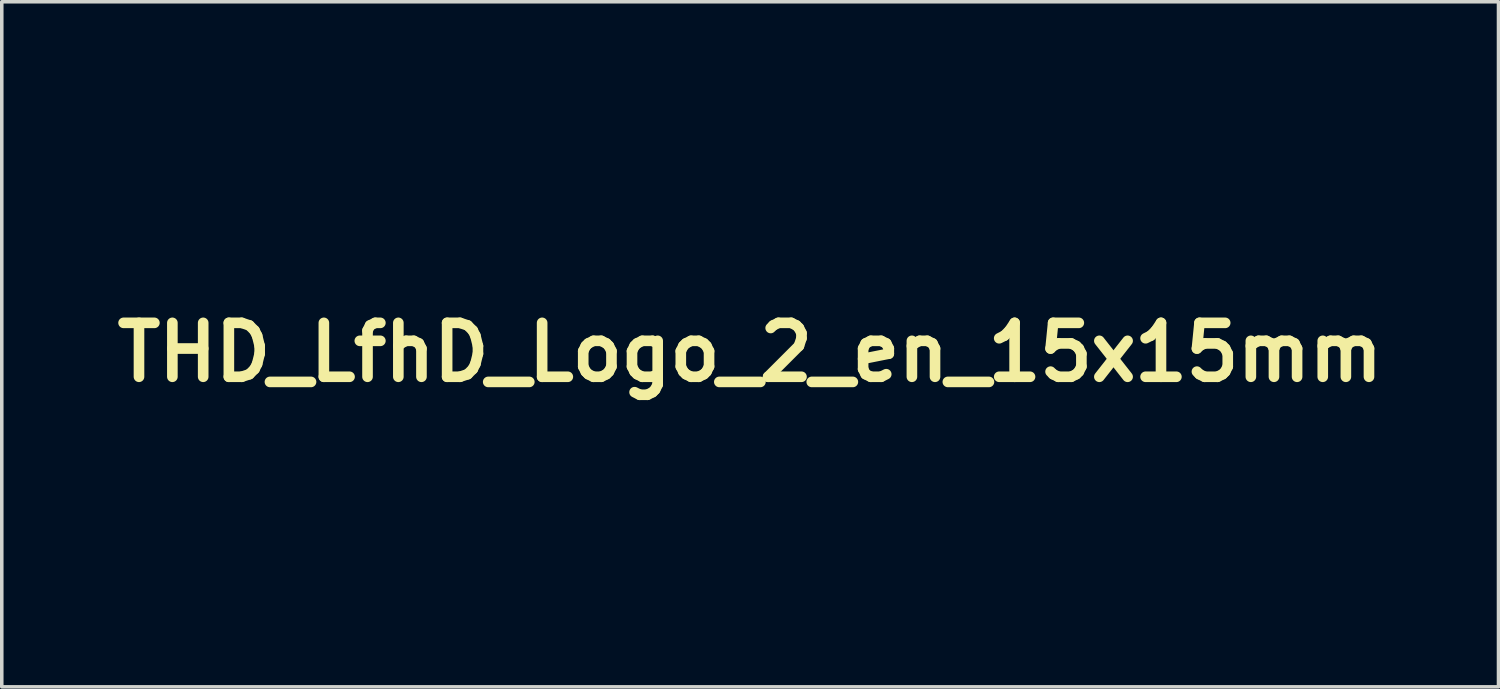
<source format=kicad_pcb>
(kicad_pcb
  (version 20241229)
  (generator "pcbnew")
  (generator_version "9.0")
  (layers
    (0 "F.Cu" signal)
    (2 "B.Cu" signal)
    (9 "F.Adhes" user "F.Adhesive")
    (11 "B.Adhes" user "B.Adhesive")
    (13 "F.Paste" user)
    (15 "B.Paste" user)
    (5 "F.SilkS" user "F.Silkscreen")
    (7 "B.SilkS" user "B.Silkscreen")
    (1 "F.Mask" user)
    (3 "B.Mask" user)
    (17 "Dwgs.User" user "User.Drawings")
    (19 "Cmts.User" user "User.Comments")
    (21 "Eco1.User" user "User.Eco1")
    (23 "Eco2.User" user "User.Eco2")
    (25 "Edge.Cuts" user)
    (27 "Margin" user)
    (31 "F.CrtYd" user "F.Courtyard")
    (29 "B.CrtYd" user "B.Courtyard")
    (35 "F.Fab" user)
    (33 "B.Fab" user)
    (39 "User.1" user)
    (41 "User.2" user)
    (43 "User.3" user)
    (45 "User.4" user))
  (footprint "THD_LfhD_Logo_2_en_15x15mm"
    (layer "F.Cu")
    (at 18.15 6.909)
    (property "Reference" "THD_LfhD_Logo_2_en_15x15mm" (at 0 0 0) (layer "F.SilkS") (effects (font (size 1.524 1.524) (thickness 0.3))))
    (attr through_hole)
    (fp_poly (pts (xy 3.606 -6.872) (xy 3.606 -1.429) (xy 2.086 -1.404) (xy 2.086 -6.896) (xy 3.606 -6.872)) (stroke (width 0.01) (type solid)) (fill yes) (layer "F.Mask"))
    (fp_poly (pts (xy 0.431 5.284) (xy 0.444 5.862) (xy 0.456 6.441) (xy 0.181 6.441) (xy 0.181 5.255) (xy 0.431 5.284)) (stroke (width 0.01) (type solid)) (fill yes) (layer "F.Mask"))
    (fp_poly (pts (xy -4.91 5.27) (xy -4.785 5.284) (xy -4.785 6.418) (xy -4.91 6.432) (xy -5.035 6.447) (xy -5.035 5.255) (xy -4.91 5.27)) (stroke (width 0.01) (type solid)) (fill yes) (layer "F.Mask"))
    (fp_poly (pts (xy -3.11 5.284) (xy -3.071 5.322) (xy -3.062 5.39) (xy -3.056 5.527) (xy -3.054 5.714) (xy -3.055 5.9) (xy -3.062 6.418) (xy -3.311 6.447) (xy -3.311 5.261) (xy -3.203 5.261) (xy -3.11 5.284)) (stroke (width 0.01) (type solid)) (fill yes) (layer "F.Mask"))
    (fp_poly (pts (xy -0.605 5.264) (xy -0.573 5.285) (xy -0.555 5.338) (xy -0.546 5.443) (xy -0.544 5.613) (xy -0.544 5.715) (xy -0.544 6.169) (xy 0.045 6.169) (xy 0.045 6.441) (xy -0.374 6.441) (xy -0.794 6.441) (xy -0.766 5.261) (xy -0.655 5.261) (xy -0.605 5.264)) (stroke (width 0.01) (type solid)) (fill yes) (layer "F.Mask"))
    (fp_poly (pts (xy -1.905 5.397) (xy -1.912 5.485) (xy -1.951 5.524) (xy -2.047 5.533) (xy -2.086 5.534) (xy -2.268 5.534) (xy -2.268 6.441) (xy -2.495 6.441) (xy -2.495 5.534) (xy -2.676 5.534) (xy -2.792 5.528) (xy -2.844 5.499) (xy -2.857 5.427) (xy -2.857 5.397) (xy -2.857 5.261) (xy -1.905 5.261) (xy -1.905 5.397)) (stroke (width 0.01) (type solid)) (fill yes) (layer "F.Mask"))
    (fp_poly (pts (xy 1.678 3.402) (xy 1.671 3.489) (xy 1.632 3.528) (xy 1.536 3.538) (xy 1.497 3.538) (xy 1.315 3.538) (xy 1.315 4.445) (xy 1.089 4.445) (xy 1.089 3.538) (xy 0.907 3.538) (xy 0.791 3.532) (xy 0.739 3.503) (xy 0.726 3.431) (xy 0.726 3.402) (xy 0.726 3.266) (xy 1.678 3.266) (xy 1.678 3.402)) (stroke (width 0.01) (type solid)) (fill yes) (layer "F.Mask"))
    (fp_poly (pts (xy 2.359 -0.499) (xy 2.351 -0.412) (xy 2.313 -0.373) (xy 2.216 -0.363) (xy 2.177 -0.363) (xy 1.996 -0.363) (xy 1.996 0.544) (xy 1.769 0.544) (xy 1.769 -0.363) (xy 1.587 -0.363) (xy 1.471 -0.368) (xy 1.419 -0.397) (xy 1.406 -0.47) (xy 1.406 -0.499) (xy 1.406 -0.635) (xy 2.359 -0.635) (xy 2.359 -0.499)) (stroke (width 0.01) (type solid)) (fill yes) (layer "F.Mask"))
    (fp_poly (pts (xy -0.635 -1.451) (xy -1.399 -1.451) (xy -1.653 -1.453) (xy -1.875 -1.458) (xy -2.049 -1.465) (xy -2.16 -1.474) (xy -2.192 -1.482) (xy -2.198 -1.532) (xy -2.204 -1.664) (xy -2.209 -1.869) (xy -2.213 -2.139) (xy -2.217 -2.465) (xy -2.22 -2.839) (xy -2.222 -3.251) (xy -2.222 -3.693) (xy -2.223 -3.818) (xy -2.223 -6.123) (xy -0.635 -6.123) (xy -0.635 -1.451)) (stroke (width 0.01) (type solid)) (fill yes) (layer "F.Mask"))
    (fp_poly (pts (xy 1.667 -4.139) (xy 1.656 -1.383) (xy 1.485 -1.369) (xy 1.351 -1.375) (xy 1.292 -1.415) (xy 1.286 -1.474) (xy 1.28 -1.612) (xy 1.273 -1.816) (xy 1.268 -2.073) (xy 1.263 -2.371) (xy 1.259 -2.697) (xy 1.259 -2.699) (xy 1.247 -3.923) (xy -0.249 -3.933) (xy -0.263 -4.144) (xy -0.277 -4.354) (xy 1.27 -4.354) (xy 1.27 -6.894) (xy 1.474 -6.894) (xy 1.679 -6.894) (xy 1.667 -4.139)) (stroke (width 0.01) (type solid)) (fill yes) (layer "F.Mask"))
    (fp_poly (pts (xy 3.674 5.397) (xy 3.667 5.485) (xy 3.628 5.524) (xy 3.531 5.533) (xy 3.493 5.534) (xy 3.311 5.534) (xy 3.311 6.441) (xy 3.039 6.441) (xy 3.039 5.534) (xy 2.883 5.534) (xy 2.747 5.516) (xy 2.689 5.457) (xy 2.699 5.352) (xy 2.719 5.311) (xy 2.76 5.285) (xy 2.84 5.27) (xy 2.974 5.263) (xy 3.181 5.261) (xy 3.201 5.261) (xy 3.674 5.261) (xy 3.674 5.397)) (stroke (width 0.01) (type solid)) (fill yes) (layer "F.Mask"))
    (fp_poly (pts (xy 5.567 5.27) (xy 5.64 5.293) (xy 5.712 5.353) (xy 5.798 5.467) (xy 5.896 5.621) (xy 6.101 5.958) (xy 6.114 5.61) (xy 6.127 5.261) (xy 6.395 5.261) (xy 6.395 6.446) (xy 6.251 6.432) (xy 6.174 6.416) (xy 6.107 6.373) (xy 6.034 6.287) (xy 5.939 6.143) (xy 5.899 6.078) (xy 5.692 5.738) (xy 5.679 6.089) (xy 5.671 6.266) (xy 5.658 6.37) (xy 5.635 6.422) (xy 5.594 6.439) (xy 5.554 6.441) (xy 5.443 6.441) (xy 5.443 5.255) (xy 5.567 5.27)) (stroke (width 0.01) (type solid)) (fill yes) (layer "F.Mask"))
    (fp_poly (pts (xy 3.883 5.264) (xy 3.912 5.281) (xy 3.931 5.327) (xy 3.941 5.417) (xy 3.945 5.564) (xy 3.946 5.785) (xy 3.946 5.851) (xy 3.946 6.091) (xy 3.942 6.256) (xy 3.934 6.358) (xy 3.918 6.413) (xy 3.891 6.436) (xy 3.851 6.441) (xy 3.84 6.441) (xy 3.745 6.429) (xy 3.704 6.41) (xy 3.688 6.35) (xy 3.678 6.221) (xy 3.675 6.047) (xy 3.679 5.85) (xy 3.689 5.653) (xy 3.703 5.5) (xy 3.725 5.36) (xy 3.753 5.289) (xy 3.802 5.264) (xy 3.839 5.261) (xy 3.883 5.264)) (stroke (width 0.01) (type solid)) (fill yes) (layer "F.Mask"))
    (fp_poly (pts (xy 3.415 3.284) (xy 3.601 3.345) (xy 3.723 3.457) (xy 3.789 3.631) (xy 3.81 3.875) (xy 3.81 3.888) (xy 3.787 4.112) (xy 3.712 4.272) (xy 3.578 4.376) (xy 3.375 4.431) (xy 3.164 4.443) (xy 2.812 4.445) (xy 2.812 3.538) (xy 3.084 3.538) (xy 3.084 4.173) (xy 3.251 4.173) (xy 3.386 4.153) (xy 3.493 4.104) (xy 3.5 4.098) (xy 3.564 3.987) (xy 3.581 3.839) (xy 3.552 3.694) (xy 3.508 3.621) (xy 3.391 3.555) (xy 3.259 3.538) (xy 3.084 3.538) (xy 2.812 3.538) (xy 2.812 3.266) (xy 3.154 3.266) (xy 3.415 3.284)) (stroke (width 0.01) (type solid)) (fill yes) (layer "F.Mask"))
    (fp_poly (pts (xy -4.037 -3.765) (xy -4.037 -3.22) (xy -4.039 -2.76) (xy -4.041 -2.379) (xy -4.045 -2.071) (xy -4.05 -1.829) (xy -4.057 -1.647) (xy -4.065 -1.521) (xy -4.075 -1.442) (xy -4.087 -1.406) (xy -4.093 -1.402) (xy -4.196 -1.398) (xy -4.357 -1.395) (xy -4.56 -1.393) (xy -4.785 -1.391) (xy -5.013 -1.391) (xy -5.226 -1.391) (xy -5.404 -1.393) (xy -5.528 -1.395) (xy -5.579 -1.399) (xy -5.59 -1.448) (xy -5.6 -1.585) (xy -5.608 -1.81) (xy -5.615 -2.12) (xy -5.619 -2.513) (xy -5.623 -2.987) (xy -5.624 -3.54) (xy -5.624 -3.768) (xy -5.624 -6.123) (xy -4.037 -6.123) (xy -4.037 -3.765)) (stroke (width 0.01) (type solid)) (fill yes) (layer "F.Mask"))
    (fp_poly (pts (xy -1.826 1.369) (xy -1.701 1.383) (xy -1.692 1.962) (xy -1.683 2.54) (xy -1.817 2.54) (xy -1.896 2.535) (xy -1.935 2.504) (xy -1.949 2.424) (xy -1.95 2.313) (xy -1.95 2.086) (xy -2.404 2.086) (xy -2.404 2.313) (xy -2.407 2.447) (xy -2.425 2.514) (xy -2.473 2.537) (xy -2.541 2.54) (xy -2.679 2.54) (xy -2.666 1.962) (xy -2.653 1.383) (xy -2.529 1.369) (xy -2.455 1.366) (xy -2.418 1.392) (xy -2.405 1.47) (xy -2.404 1.584) (xy -2.404 1.814) (xy -1.95 1.814) (xy -1.95 1.584) (xy -1.948 1.449) (xy -1.931 1.383) (xy -1.888 1.365) (xy -1.826 1.369)) (stroke (width 0.01) (type solid)) (fill yes) (layer "F.Mask"))
    (fp_poly (pts (xy -1.542 3.538) (xy -1.86 3.538) (xy -2.026 3.54) (xy -2.122 3.551) (xy -2.166 3.577) (xy -2.177 3.621) (xy -2.177 3.629) (xy -2.168 3.678) (xy -2.127 3.705) (xy -2.034 3.717) (xy -1.882 3.719) (xy -1.587 3.719) (xy -1.587 3.991) (xy -1.882 3.991) (xy -2.042 3.994) (xy -2.131 4.007) (xy -2.169 4.035) (xy -2.177 4.082) (xy -2.169 4.129) (xy -2.132 4.156) (xy -2.048 4.169) (xy -1.898 4.173) (xy -1.837 4.173) (xy -1.497 4.173) (xy -1.497 4.445) (xy -1.962 4.445) (xy -2.427 4.445) (xy -2.417 3.867) (xy -2.408 3.288) (xy -1.975 3.275) (xy -1.542 3.262) (xy -1.542 3.538)) (stroke (width 0.01) (type solid)) (fill yes) (layer "F.Mask"))
    (fp_poly (pts (xy -0.635 -6.441) (xy -3.266 -6.441) (xy -3.266 -3.946) (xy -3.266 -3.385) (xy -3.267 -2.909) (xy -3.27 -2.512) (xy -3.273 -2.188) (xy -3.278 -1.931) (xy -3.284 -1.736) (xy -3.292 -1.596) (xy -3.302 -1.505) (xy -3.313 -1.458) (xy -3.322 -1.448) (xy -3.406 -1.441) (xy -3.52 -1.427) (xy -3.627 -1.422) (xy -3.69 -1.437) (xy -3.69 -1.437) (xy -3.696 -1.487) (xy -3.701 -1.619) (xy -3.705 -1.825) (xy -3.71 -2.097) (xy -3.713 -2.426) (xy -3.716 -2.804) (xy -3.718 -3.223) (xy -3.719 -3.674) (xy -3.719 -3.954) (xy -3.719 -6.441) (xy -6.35 -6.441) (xy -6.35 -6.894) (xy -0.635 -6.894) (xy -0.635 -6.441)) (stroke (width 0.01) (type solid)) (fill yes) (layer "F.Mask"))
    (fp_poly (pts (xy -5.862 5.263) (xy -5.656 5.269) (xy -5.516 5.294) (xy -5.416 5.345) (xy -5.331 5.434) (xy -5.293 5.487) (xy -5.239 5.626) (xy -5.217 5.813) (xy -5.228 6.008) (xy -5.272 6.176) (xy -5.292 6.214) (xy -5.379 6.325) (xy -5.498 6.394) (xy -5.667 6.431) (xy -5.899 6.441) (xy -6.214 6.441) (xy -6.214 5.534) (xy -5.942 5.534) (xy -5.942 6.169) (xy -5.775 6.169) (xy -5.64 6.149) (xy -5.533 6.1) (xy -5.526 6.094) (xy -5.462 5.983) (xy -5.445 5.835) (xy -5.474 5.69) (xy -5.518 5.617) (xy -5.635 5.55) (xy -5.767 5.534) (xy -5.942 5.534) (xy -6.214 5.534) (xy -6.214 5.261) (xy -5.862 5.263)) (stroke (width 0.01) (type solid)) (fill yes) (layer "F.Mask"))
    (fp_poly (pts (xy -5.76 1.495) (xy -5.765 1.57) (xy -5.793 1.611) (xy -5.867 1.631) (xy -6.009 1.641) (xy -6.021 1.642) (xy -6.176 1.656) (xy -6.261 1.682) (xy -6.295 1.728) (xy -6.296 1.735) (xy -6.292 1.781) (xy -6.246 1.805) (xy -6.137 1.814) (xy -6.059 1.814) (xy -5.915 1.816) (xy -5.839 1.831) (xy -5.81 1.87) (xy -5.806 1.945) (xy -5.806 1.95) (xy -5.81 2.028) (xy -5.837 2.069) (xy -5.91 2.084) (xy -6.051 2.086) (xy -6.305 2.086) (xy -6.305 2.313) (xy -6.308 2.447) (xy -6.326 2.514) (xy -6.374 2.537) (xy -6.441 2.54) (xy -6.577 2.54) (xy -6.577 1.361) (xy -5.76 1.361) (xy -5.76 1.495)) (stroke (width 0.01) (type solid)) (fill yes) (layer "F.Mask"))
    (fp_poly (pts (xy 1.429 1.368) (xy 1.583 1.395) (xy 1.688 1.449) (xy 1.764 1.539) (xy 1.791 1.587) (xy 1.836 1.731) (xy 1.857 1.918) (xy 1.852 2.107) (xy 1.82 2.258) (xy 1.809 2.282) (xy 1.727 2.405) (xy 1.62 2.483) (xy 1.467 2.525) (xy 1.249 2.539) (xy 1.213 2.539) (xy 0.862 2.54) (xy 0.862 1.633) (xy 1.134 1.633) (xy 1.134 2.268) (xy 1.336 2.268) (xy 1.479 2.256) (xy 1.56 2.216) (xy 1.586 2.18) (xy 1.627 2.036) (xy 1.624 1.875) (xy 1.577 1.741) (xy 1.558 1.716) (xy 1.441 1.65) (xy 1.308 1.633) (xy 1.134 1.633) (xy 0.862 1.633) (xy 0.862 1.361) (xy 1.205 1.361) (xy 1.429 1.368)) (stroke (width 0.01) (type solid)) (fill yes) (layer "F.Mask"))
    (fp_poly (pts (xy 2.631 3.534) (xy 2.302 3.547) (xy 2.124 3.559) (xy 2.021 3.578) (xy 1.978 3.608) (xy 1.973 3.629) (xy 1.995 3.668) (xy 2.071 3.692) (xy 2.217 3.707) (xy 2.279 3.71) (xy 2.441 3.719) (xy 2.533 3.733) (xy 2.574 3.763) (xy 2.585 3.817) (xy 2.585 3.855) (xy 2.582 3.925) (xy 2.558 3.966) (xy 2.493 3.986) (xy 2.367 3.997) (xy 2.279 4.001) (xy 2.108 4.013) (xy 2.012 4.034) (xy 1.975 4.068) (xy 1.973 4.082) (xy 1.994 4.12) (xy 2.066 4.144) (xy 2.205 4.159) (xy 2.302 4.164) (xy 2.631 4.177) (xy 2.631 4.445) (xy 1.724 4.445) (xy 1.724 3.266) (xy 2.631 3.266) (xy 2.631 3.534)) (stroke (width 0.01) (type solid)) (fill yes) (layer "F.Mask"))
    (fp_poly (pts (xy 6.758 1.633) (xy 6.441 1.633) (xy 6.274 1.635) (xy 6.178 1.646) (xy 6.135 1.672) (xy 6.123 1.716) (xy 6.123 1.724) (xy 6.132 1.773) (xy 6.173 1.8) (xy 6.266 1.812) (xy 6.418 1.814) (xy 6.713 1.814) (xy 6.713 2.086) (xy 6.418 2.086) (xy 6.258 2.089) (xy 6.17 2.102) (xy 6.131 2.13) (xy 6.123 2.177) (xy 6.132 2.225) (xy 6.171 2.252) (xy 6.26 2.265) (xy 6.419 2.268) (xy 6.435 2.268) (xy 6.6 2.27) (xy 6.696 2.281) (xy 6.744 2.309) (xy 6.765 2.359) (xy 6.769 2.38) (xy 6.777 2.474) (xy 6.767 2.516) (xy 6.714 2.526) (xy 6.591 2.534) (xy 6.42 2.539) (xy 6.297 2.54) (xy 5.851 2.54) (xy 5.851 1.361) (xy 6.758 1.361) (xy 6.758 1.633)) (stroke (width 0.01) (type solid)) (fill yes) (layer "F.Mask"))
    (fp_poly (pts (xy -1.427 -0.619) (xy -1.258 -0.541) (xy -1.12 -0.403) (xy -1.042 -0.247) (xy -1.007 -0.018) (xy -1.049 0.191) (xy -1.157 0.364) (xy -1.322 0.486) (xy -1.532 0.542) (xy -1.584 0.544) (xy -1.742 0.532) (xy -1.856 0.485) (xy -1.943 0.415) (xy -2.062 0.271) (xy -2.12 0.104) (xy -2.124 -0.045) (xy -1.905 -0.045) (xy -1.867 0.108) (xy -1.767 0.215) (xy -1.629 0.267) (xy -1.473 0.253) (xy -1.371 0.202) (xy -1.293 0.108) (xy -1.27 -0.033) (xy -1.303 -0.208) (xy -1.398 -0.319) (xy -1.552 -0.362) (xy -1.572 -0.363) (xy -1.736 -0.325) (xy -1.853 -0.221) (xy -1.904 -0.07) (xy -1.905 -0.045) (xy -2.124 -0.045) (xy -2.125 -0.11) (xy -2.119 -0.172) (xy -2.059 -0.37) (xy -1.943 -0.514) (xy -1.787 -0.605) (xy -1.609 -0.64) (xy -1.427 -0.619)) (stroke (width 0.01) (type solid)) (fill yes) (layer "F.Mask"))
    (fp_poly (pts (xy 3.122 -0.595) (xy 3.296 -0.486) (xy 3.416 -0.321) (xy 3.471 -0.115) (xy 3.452 0.118) (xy 3.448 0.133) (xy 3.352 0.336) (xy 3.195 0.473) (xy 2.987 0.539) (xy 2.903 0.544) (xy 2.733 0.529) (xy 2.604 0.473) (xy 2.544 0.428) (xy 2.407 0.256) (xy 2.34 0.043) (xy 2.343 -0.023) (xy 2.59 -0.023) (xy 2.63 0.128) (xy 2.656 0.171) (xy 2.761 0.251) (xy 2.903 0.273) (xy 3.047 0.239) (xy 3.13 0.181) (xy 3.202 0.053) (xy 3.216 -0.103) (xy 3.171 -0.245) (xy 3.145 -0.28) (xy 3.035 -0.343) (xy 2.887 -0.361) (xy 2.742 -0.332) (xy 2.668 -0.288) (xy 2.603 -0.174) (xy 2.59 -0.023) (xy 2.343 -0.023) (xy 2.349 -0.188) (xy 2.358 -0.223) (xy 2.454 -0.426) (xy 2.61 -0.564) (xy 2.819 -0.63) (xy 2.903 -0.635) (xy 3.122 -0.595)) (stroke (width 0.01) (type solid)) (fill yes) (layer "F.Mask"))
    (fp_poly (pts (xy 5.678 -0.627) (xy 5.715 -0.607) (xy 5.693 -0.558) (xy 5.633 -0.453) (xy 5.547 -0.31) (xy 5.511 -0.252) (xy 5.406 -0.074) (xy 5.344 0.06) (xy 5.314 0.179) (xy 5.307 0.31) (xy 5.303 0.447) (xy 5.286 0.517) (xy 5.243 0.542) (xy 5.193 0.544) (xy 5.128 0.538) (xy 5.095 0.504) (xy 5.082 0.419) (xy 5.08 0.295) (xy 5.074 0.158) (xy 5.047 0.042) (xy 4.99 -0.083) (xy 4.892 -0.247) (xy 4.876 -0.272) (xy 4.782 -0.421) (xy 4.711 -0.538) (xy 4.675 -0.605) (xy 4.672 -0.613) (xy 4.711 -0.628) (xy 4.806 -0.635) (xy 4.897 -0.621) (xy 4.97 -0.564) (xy 5.051 -0.446) (xy 5.06 -0.431) (xy 5.132 -0.316) (xy 5.189 -0.242) (xy 5.209 -0.227) (xy 5.245 -0.263) (xy 5.306 -0.357) (xy 5.347 -0.431) (xy 5.423 -0.557) (xy 5.492 -0.618) (xy 5.578 -0.635) (xy 5.585 -0.635) (xy 5.678 -0.627)) (stroke (width 0.01) (type solid)) (fill yes) (layer "F.Mask"))
    (fp_poly (pts (xy -4.882 1.371) (xy -4.77 1.416) (xy -4.652 1.513) (xy -4.563 1.605) (xy -4.514 1.686) (xy -4.494 1.79) (xy -4.49 1.95) (xy -4.494 2.111) (xy -4.514 2.215) (xy -4.563 2.296) (xy -4.652 2.387) (xy -4.771 2.485) (xy -4.883 2.529) (xy -5.035 2.54) (xy -5.187 2.529) (xy -5.299 2.484) (xy -5.417 2.387) (xy -5.507 2.296) (xy -5.555 2.215) (xy -5.575 2.11) (xy -5.579 1.95) (xy -5.352 1.95) (xy -5.334 2.093) (xy -5.269 2.184) (xy -5.251 2.197) (xy -5.097 2.26) (xy -4.936 2.251) (xy -4.808 2.177) (xy -4.724 2.041) (xy -4.716 1.895) (xy -4.773 1.762) (xy -4.885 1.667) (xy -5.035 1.633) (xy -5.202 1.669) (xy -5.31 1.773) (xy -5.352 1.935) (xy -5.352 1.95) (xy -5.579 1.95) (xy -5.575 1.789) (xy -5.555 1.685) (xy -5.506 1.604) (xy -5.417 1.513) (xy -5.298 1.416) (xy -5.186 1.371) (xy -5.035 1.361) (xy -4.882 1.371)) (stroke (width 0.01) (type solid)) (fill yes) (layer "F.Mask"))
    (fp_poly (pts (xy 4.84 5.274) (xy 4.954 5.323) (xy 5.069 5.416) (xy 5.162 5.508) (xy 5.213 5.588) (xy 5.233 5.691) (xy 5.237 5.849) (xy 5.237 5.851) (xy 5.233 6.01) (xy 5.213 6.113) (xy 5.163 6.193) (xy 5.07 6.285) (xy 5.069 6.286) (xy 4.946 6.384) (xy 4.833 6.43) (xy 4.684 6.44) (xy 4.503 6.421) (xy 4.37 6.356) (xy 4.347 6.338) (xy 4.208 6.186) (xy 4.14 6.01) (xy 4.128 5.852) (xy 4.128 5.851) (xy 4.354 5.851) (xy 4.392 6.004) (xy 4.492 6.112) (xy 4.631 6.163) (xy 4.786 6.149) (xy 4.888 6.098) (xy 4.967 6.005) (xy 4.989 5.863) (xy 4.956 5.689) (xy 4.861 5.577) (xy 4.707 5.534) (xy 4.687 5.534) (xy 4.523 5.572) (xy 4.406 5.675) (xy 4.355 5.826) (xy 4.354 5.851) (xy 4.128 5.851) (xy 4.163 5.613) (xy 4.266 5.431) (xy 4.431 5.312) (xy 4.651 5.263) (xy 4.694 5.261) (xy 4.84 5.274)) (stroke (width 0.01) (type solid)) (fill yes) (layer "F.Mask"))
    (fp_poly (pts (xy -3.883 5.27) (xy -3.777 5.306) (xy -3.68 5.384) (xy -3.67 5.394) (xy -3.572 5.507) (xy -3.545 5.584) (xy -3.588 5.644) (xy -3.633 5.672) (xy -3.716 5.697) (xy -3.788 5.656) (xy -3.816 5.628) (xy -3.946 5.55) (xy -4.103 5.542) (xy -4.253 5.604) (xy -4.329 5.707) (xy -4.357 5.849) (xy -4.335 5.993) (xy -4.271 6.094) (xy -4.19 6.134) (xy -4.07 6.16) (xy -3.94 6.17) (xy -3.83 6.163) (xy -3.769 6.136) (xy -3.765 6.123) (xy -3.804 6.091) (xy -3.899 6.078) (xy -3.901 6.078) (xy -3.997 6.067) (xy -4.033 6.014) (xy -4.037 5.942) (xy -4.037 5.806) (xy -3.493 5.806) (xy -3.493 5.967) (xy -3.505 6.102) (xy -3.535 6.209) (xy -3.538 6.213) (xy -3.637 6.316) (xy -3.796 6.395) (xy -3.988 6.437) (xy -4.063 6.441) (xy -4.208 6.426) (xy -4.325 6.368) (xy -4.415 6.292) (xy -4.562 6.101) (xy -4.622 5.893) (xy -4.596 5.682) (xy -4.484 5.479) (xy -4.424 5.413) (xy -4.318 5.32) (xy -4.219 5.275) (xy -4.082 5.262) (xy -4.038 5.261) (xy -3.883 5.27)) (stroke (width 0.01) (type solid)) (fill yes) (layer "F.Mask"))
    (fp_poly (pts (xy -1.461 5.288) (xy -1.416 5.31) (xy -1.372 5.362) (xy -1.321 5.459) (xy -1.254 5.614) (xy -1.168 5.827) (xy -1.087 6.034) (xy -1.02 6.21) (xy -0.973 6.339) (xy -0.953 6.403) (xy -0.953 6.406) (xy -0.991 6.432) (xy -1.065 6.441) (xy -1.171 6.405) (xy -1.247 6.305) (xy -1.302 6.219) (xy -1.373 6.18) (xy -1.493 6.169) (xy -1.525 6.169) (xy -1.655 6.175) (xy -1.727 6.204) (xy -1.77 6.273) (xy -1.783 6.305) (xy -1.841 6.405) (xy -1.93 6.44) (xy -1.96 6.441) (xy -2.052 6.437) (xy -2.086 6.429) (xy -2.071 6.384) (xy -2.029 6.271) (xy -1.966 6.105) (xy -1.889 5.903) (xy -1.868 5.85) (xy -1.864 5.839) (xy -1.623 5.839) (xy -1.618 5.885) (xy -1.561 5.896) (xy -1.516 5.896) (xy -1.434 5.885) (xy -1.421 5.834) (xy -1.431 5.794) (xy -1.48 5.677) (xy -1.529 5.65) (xy -1.578 5.713) (xy -1.586 5.733) (xy -1.623 5.839) (xy -1.864 5.839) (xy -1.779 5.622) (xy -1.714 5.465) (xy -1.664 5.366) (xy -1.621 5.312) (xy -1.577 5.289) (xy -1.523 5.284) (xy -1.517 5.284) (xy -1.461 5.288)) (stroke (width 0.01) (type solid)) (fill yes) (layer "F.Mask"))
    (fp_poly (pts (xy 4.026 1.387) (xy 4.072 1.408) (xy 4.116 1.46) (xy 4.166 1.555) (xy 4.232 1.708) (xy 4.32 1.927) (xy 4.401 2.133) (xy 4.468 2.31) (xy 4.515 2.438) (xy 4.535 2.502) (xy 4.536 2.505) (xy 4.496 2.53) (xy 4.403 2.54) (xy 4.304 2.524) (xy 4.255 2.457) (xy 4.241 2.404) (xy 4.217 2.323) (xy 4.172 2.283) (xy 4.082 2.269) (xy 3.984 2.268) (xy 3.846 2.273) (xy 3.77 2.296) (xy 3.726 2.353) (xy 3.705 2.404) (xy 3.647 2.504) (xy 3.558 2.539) (xy 3.528 2.54) (xy 3.437 2.536) (xy 3.402 2.529) (xy 3.418 2.485) (xy 3.46 2.372) (xy 3.522 2.206) (xy 3.599 2.003) (xy 3.619 1.95) (xy 3.624 1.936) (xy 3.866 1.936) (xy 3.869 1.984) (xy 3.922 1.995) (xy 3.969 1.996) (xy 4.053 1.984) (xy 4.081 1.962) (xy 4.059 1.901) (xy 4.016 1.814) (xy 3.953 1.701) (xy 3.904 1.829) (xy 3.866 1.936) (xy 3.624 1.936) (xy 3.707 1.722) (xy 3.771 1.564) (xy 3.821 1.466) (xy 3.863 1.411) (xy 3.907 1.388) (xy 3.961 1.383) (xy 3.969 1.383) (xy 4.026 1.387)) (stroke (width 0.01) (type solid)) (fill yes) (layer "F.Mask"))
    (fp_poly (pts (xy -5.216 0.272) (xy -4.92 0.272) (xy -4.757 0.275) (xy -4.662 0.29) (xy -4.611 0.323) (xy -4.584 0.374) (xy -4.55 0.439) (xy -4.524 0.421) (xy -4.518 0.408) (xy -4.492 0.34) (xy -4.442 0.207) (xy -4.376 0.029) (xy -4.332 -0.088) (xy -4.078 -0.088) (xy -4.063 -0.021) (xy -4 -0.000116) (xy -3.991 0) (xy -3.919 -0.024) (xy -3.902 -0.057) (xy -3.924 -0.137) (xy -3.964 -0.221) (xy -4.023 -0.329) (xy -4.052 -0.221) (xy -4.078 -0.088) (xy -4.332 -0.088) (xy -4.314 -0.136) (xy -4.236 -0.344) (xy -4.177 -0.481) (xy -4.13 -0.564) (xy -4.084 -0.606) (xy -4.03 -0.623) (xy -4.005 -0.626) (xy -3.952 -0.628) (xy -3.909 -0.615) (xy -3.868 -0.572) (xy -3.822 -0.488) (xy -3.762 -0.349) (xy -3.68 -0.144) (xy -3.643 -0.048) (xy -3.413 0.544) (xy -3.546 0.544) (xy -3.649 0.525) (xy -3.709 0.451) (xy -3.726 0.408) (xy -3.762 0.327) (xy -3.815 0.286) (xy -3.915 0.273) (xy -3.998 0.272) (xy -4.135 0.277) (xy -4.209 0.301) (xy -4.251 0.358) (xy -4.27 0.408) (xy -4.318 0.544) (xy -5.443 0.544) (xy -5.443 -0.635) (xy -5.216 -0.635) (xy -5.216 0.272)) (stroke (width 0.01) (type solid)) (fill yes) (layer "F.Mask"))
    (fp_poly (pts (xy -3.728 1.363) (xy -3.601 1.374) (xy -3.518 1.399) (xy -3.454 1.442) (xy -3.422 1.472) (xy -3.345 1.578) (xy -3.311 1.684) (xy -3.311 1.689) (xy -3.341 1.82) (xy -3.416 1.932) (xy -3.513 1.992) (xy -3.541 1.996) (xy -3.582 2.005) (xy -3.58 2.042) (xy -3.529 2.122) (xy -3.448 2.227) (xy -3.354 2.351) (xy -3.288 2.45) (xy -3.266 2.499) (xy -3.305 2.529) (xy -3.391 2.54) (xy -3.481 2.52) (xy -3.572 2.45) (xy -3.675 2.325) (xy -3.784 2.198) (xy -3.886 2.115) (xy -3.935 2.095) (xy -3.995 2.094) (xy -4.025 2.129) (xy -4.036 2.22) (xy -4.037 2.31) (xy -4.04 2.445) (xy -4.057 2.513) (xy -4.104 2.537) (xy -4.173 2.54) (xy -4.309 2.54) (xy -4.309 1.726) (xy -4.037 1.726) (xy -4.027 1.782) (xy -3.98 1.807) (xy -3.875 1.808) (xy -3.822 1.805) (xy -3.68 1.787) (xy -3.609 1.75) (xy -3.592 1.712) (xy -3.596 1.665) (xy -3.646 1.641) (xy -3.761 1.633) (xy -3.807 1.633) (xy -3.944 1.637) (xy -4.012 1.657) (xy -4.035 1.7) (xy -4.037 1.726) (xy -4.309 1.726) (xy -4.309 1.361) (xy -3.921 1.361) (xy -3.728 1.363)) (stroke (width 0.01) (type solid)) (fill yes) (layer "F.Mask"))
    (fp_poly (pts (xy -1.034 1.369) (xy -1.021 1.37) (xy -0.963 1.381) (xy -0.916 1.408) (xy -0.87 1.466) (xy -0.817 1.569) (xy -0.748 1.731) (xy -0.669 1.927) (xy -0.588 2.133) (xy -0.521 2.31) (xy -0.474 2.438) (xy -0.454 2.502) (xy -0.454 2.505) (xy -0.493 2.53) (xy -0.586 2.54) (xy -0.685 2.524) (xy -0.734 2.457) (xy -0.748 2.404) (xy -0.773 2.323) (xy -0.817 2.283) (xy -0.908 2.269) (xy -1.004 2.268) (xy -1.14 2.273) (xy -1.215 2.296) (xy -1.257 2.353) (xy -1.277 2.404) (xy -1.33 2.503) (xy -1.414 2.538) (xy -1.46 2.54) (xy -1.55 2.53) (xy -1.58 2.506) (xy -1.58 2.505) (xy -1.559 2.452) (xy -1.514 2.33) (xy -1.45 2.158) (xy -1.374 1.951) (xy -1.37 1.938) (xy -1.124 1.938) (xy -1.119 1.984) (xy -1.062 1.995) (xy -1.017 1.996) (xy -0.935 1.984) (xy -0.922 1.933) (xy -0.932 1.894) (xy -0.981 1.776) (xy -1.03 1.749) (xy -1.079 1.812) (xy -1.087 1.833) (xy -1.124 1.938) (xy -1.37 1.938) (xy -1.361 1.914) (xy -1.277 1.688) (xy -1.216 1.533) (xy -1.17 1.437) (xy -1.129 1.387) (xy -1.087 1.369) (xy -1.034 1.369)) (stroke (width 0.01) (type solid)) (fill yes) (layer "F.Mask"))
    (fp_poly (pts (xy 0.264 1.363) (xy 0.39 1.374) (xy 0.474 1.399) (xy 0.538 1.442) (xy 0.569 1.472) (xy 0.646 1.578) (xy 0.68 1.684) (xy 0.68 1.689) (xy 0.65 1.82) (xy 0.575 1.932) (xy 0.479 1.992) (xy 0.45 1.996) (xy 0.409 2.005) (xy 0.412 2.042) (xy 0.463 2.122) (xy 0.543 2.227) (xy 0.637 2.351) (xy 0.703 2.45) (xy 0.726 2.499) (xy 0.687 2.529) (xy 0.601 2.54) (xy 0.51 2.52) (xy 0.42 2.45) (xy 0.317 2.325) (xy 0.208 2.198) (xy 0.105 2.115) (xy 0.056 2.095) (xy -0.004 2.094) (xy -0.034 2.129) (xy -0.044 2.22) (xy -0.045 2.31) (xy -0.048 2.445) (xy -0.066 2.513) (xy -0.112 2.537) (xy -0.181 2.54) (xy -0.318 2.54) (xy -0.318 1.726) (xy -0.045 1.726) (xy -0.035 1.782) (xy 0.011 1.807) (xy 0.116 1.808) (xy 0.17 1.805) (xy 0.311 1.787) (xy 0.382 1.75) (xy 0.4 1.712) (xy 0.395 1.665) (xy 0.345 1.641) (xy 0.23 1.633) (xy 0.185 1.633) (xy 0.048 1.637) (xy -0.021 1.657) (xy -0.044 1.7) (xy -0.045 1.726) (xy -0.318 1.726) (xy -0.318 1.361) (xy 0.07 1.361) (xy 0.264 1.363)) (stroke (width 0.01) (type solid)) (fill yes) (layer "F.Mask"))
    (fp_poly (pts (xy 5.272 1.362) (xy 5.398 1.371) (xy 5.477 1.392) (xy 5.532 1.43) (xy 5.576 1.48) (xy 5.642 1.593) (xy 5.67 1.696) (xy 5.67 1.697) (xy 5.643 1.812) (xy 5.578 1.92) (xy 5.497 1.988) (xy 5.463 1.996) (xy 5.414 2.003) (xy 5.406 2.033) (xy 5.444 2.102) (xy 5.533 2.223) (xy 5.556 2.254) (xy 5.659 2.395) (xy 5.704 2.481) (xy 5.692 2.525) (xy 5.626 2.539) (xy 5.59 2.54) (xy 5.499 2.52) (xy 5.409 2.45) (xy 5.306 2.325) (xy 5.197 2.198) (xy 5.095 2.115) (xy 5.045 2.095) (xy 4.986 2.094) (xy 4.955 2.129) (xy 4.945 2.22) (xy 4.944 2.31) (xy 4.941 2.445) (xy 4.923 2.513) (xy 4.877 2.537) (xy 4.808 2.54) (xy 4.672 2.54) (xy 4.672 1.738) (xy 4.952 1.738) (xy 4.954 1.786) (xy 4.998 1.808) (xy 5.106 1.808) (xy 5.155 1.806) (xy 5.297 1.788) (xy 5.369 1.753) (xy 5.39 1.71) (xy 5.388 1.661) (xy 5.343 1.64) (xy 5.236 1.639) (xy 5.186 1.642) (xy 5.045 1.659) (xy 4.973 1.694) (xy 4.952 1.738) (xy 4.672 1.738) (xy 4.672 1.361) (xy 5.077 1.361) (xy 5.272 1.362)) (stroke (width 0.01) (type solid)) (fill yes) (layer "F.Mask"))
    (fp_poly (pts (xy -2.896 3.275) (xy -2.821 3.295) (xy -2.768 3.334) (xy -2.726 3.384) (xy -2.656 3.519) (xy -2.636 3.662) (xy -2.663 3.79) (xy -2.732 3.877) (xy -2.814 3.901) (xy -2.887 3.91) (xy -2.903 3.922) (xy -2.878 3.967) (xy -2.811 4.062) (xy -2.721 4.183) (xy -2.54 4.422) (xy -2.687 4.437) (xy -2.815 4.429) (xy -2.88 4.374) (xy -2.975 4.237) (xy -3.086 4.113) (xy -3.193 4.024) (xy -3.27 3.991) (xy -3.322 4.005) (xy -3.348 4.06) (xy -3.356 4.178) (xy -3.356 4.218) (xy -3.36 4.353) (xy -3.379 4.42) (xy -3.424 4.443) (xy -3.47 4.445) (xy -3.556 4.433) (xy -3.586 4.411) (xy -3.587 4.355) (xy -3.588 4.227) (xy -3.588 4.046) (xy -3.588 3.833) (xy -3.588 3.629) (xy -3.356 3.629) (xy -3.344 3.683) (xy -3.293 3.711) (xy -3.179 3.719) (xy -3.134 3.719) (xy -2.971 3.706) (xy -2.893 3.665) (xy -2.888 3.656) (xy -2.879 3.592) (xy -2.923 3.555) (xy -3.034 3.54) (xy -3.137 3.538) (xy -3.27 3.543) (xy -3.336 3.565) (xy -3.356 3.612) (xy -3.356 3.629) (xy -3.588 3.629) (xy -3.588 3.288) (xy -3.205 3.275) (xy -3.017 3.271) (xy -2.896 3.275)) (stroke (width 0.01) (type solid)) (fill yes) (layer "F.Mask"))
    (fp_poly (pts (xy -2.591 -0.623) (xy -2.508 -0.601) (xy -2.445 -0.56) (xy -2.42 -0.538) (xy -2.329 -0.403) (xy -2.326 -0.258) (xy -2.377 -0.157) (xy -2.414 -0.086) (xy -2.395 -0.018) (xy -2.351 0.042) (xy -2.29 0.186) (xy -2.312 0.342) (xy -2.392 0.465) (xy -2.444 0.504) (xy -2.527 0.528) (xy -2.661 0.541) (xy -2.865 0.544) (xy -2.88 0.544) (xy -3.297 0.544) (xy -3.295 0.193) (xy -3.03 0.193) (xy -3.027 0.238) (xy -2.98 0.263) (xy -2.871 0.271) (xy -2.793 0.272) (xy -2.648 0.268) (xy -2.572 0.252) (xy -2.543 0.215) (xy -2.54 0.179) (xy -2.549 0.125) (xy -2.592 0.1) (xy -2.691 0.096) (xy -2.778 0.1) (xy -2.926 0.116) (xy -3.004 0.147) (xy -3.03 0.193) (xy -3.295 0.193) (xy -3.293 -0.034) (xy -3.291 -0.245) (xy -3.026 -0.245) (xy -2.952 -0.199) (xy -2.799 -0.181) (xy -2.787 -0.181) (xy -2.66 -0.188) (xy -2.601 -0.213) (xy -2.585 -0.268) (xy -2.585 -0.272) (xy -2.599 -0.329) (xy -2.655 -0.356) (xy -2.777 -0.363) (xy -2.787 -0.363) (xy -2.915 -0.353) (xy -3.001 -0.33) (xy -3.016 -0.318) (xy -3.026 -0.245) (xy -3.291 -0.245) (xy -3.288 -0.612) (xy -2.908 -0.626) (xy -2.716 -0.63) (xy -2.591 -0.623)) (stroke (width 0.01) (type solid)) (fill yes) (layer "F.Mask"))
    (fp_poly (pts (xy 4.162 -6.88) (xy 4.499 -6.82) (xy 4.795 -6.732) (xy 5.096 -6.603) (xy 5.16 -6.572) (xy 5.514 -6.354) (xy 5.844 -6.076) (xy 6.137 -5.753) (xy 6.378 -5.403) (xy 6.554 -5.042) (xy 6.638 -4.764) (xy 6.662 -4.584) (xy 6.677 -4.35) (xy 6.68 -4.092) (xy 6.673 -3.84) (xy 6.656 -3.624) (xy 6.635 -3.501) (xy 6.498 -3.11) (xy 6.283 -2.728) (xy 6.005 -2.372) (xy 5.678 -2.057) (xy 5.315 -1.798) (xy 4.989 -1.634) (xy 4.837 -1.572) (xy 4.708 -1.52) (xy 4.649 -1.496) (xy 4.556 -1.472) (xy 4.409 -1.448) (xy 4.275 -1.433) (xy 3.991 -1.407) (xy 3.991 -1.8) (xy 4.252 -1.859) (xy 4.615 -1.952) (xy 4.91 -2.058) (xy 5.163 -2.19) (xy 5.396 -2.358) (xy 5.567 -2.509) (xy 5.852 -2.838) (xy 6.064 -3.21) (xy 6.201 -3.611) (xy 6.261 -4.03) (xy 6.244 -4.453) (xy 6.148 -4.868) (xy 5.971 -5.264) (xy 5.876 -5.414) (xy 5.71 -5.622) (xy 5.503 -5.826) (xy 5.275 -6.012) (xy 5.041 -6.169) (xy 4.82 -6.284) (xy 4.63 -6.344) (xy 4.564 -6.35) (xy 4.467 -6.366) (xy 4.422 -6.395) (xy 4.364 -6.423) (xy 4.249 -6.439) (xy 4.193 -6.441) (xy 3.991 -6.441) (xy 3.991 -6.904) (xy 4.162 -6.88)) (stroke (width 0.01) (type solid)) (fill yes) (layer "F.Mask"))
    (fp_poly (pts (xy -1.089 4.173) (xy -0.794 4.173) (xy -0.634 4.176) (xy -0.545 4.188) (xy -0.507 4.217) (xy -0.499 4.264) (xy -0.486 4.345) (xy -0.451 4.343) (xy -0.395 4.261) (xy -0.321 4.101) (xy -0.273 3.98) (xy -0.201 3.788) (xy 0.046 3.788) (xy 0.067 3.871) (xy 0.136 3.901) (xy 0.21 3.88) (xy 0.227 3.852) (xy 0.207 3.777) (xy 0.177 3.71) (xy 0.132 3.649) (xy 0.095 3.667) (xy 0.087 3.679) (xy 0.046 3.788) (xy -0.201 3.788) (xy -0.2 3.788) (xy -0.132 3.608) (xy -0.081 3.473) (xy -0.071 3.447) (xy -0.01 3.333) (xy 0.074 3.283) (xy 0.12 3.275) (xy 0.174 3.273) (xy 0.218 3.288) (xy 0.26 3.334) (xy 0.308 3.424) (xy 0.37 3.571) (xy 0.457 3.788) (xy 0.465 3.81) (xy 0.546 4.019) (xy 0.613 4.198) (xy 0.659 4.33) (xy 0.68 4.398) (xy 0.68 4.402) (xy 0.641 4.434) (xy 0.565 4.445) (xy 0.469 4.42) (xy 0.409 4.331) (xy 0.401 4.309) (xy 0.365 4.227) (xy 0.312 4.187) (xy 0.213 4.174) (xy 0.129 4.173) (xy -0.007 4.178) (xy -0.082 4.201) (xy -0.124 4.258) (xy -0.143 4.309) (xy -0.19 4.445) (xy -1.315 4.445) (xy -1.315 3.266) (xy -1.089 3.266) (xy -1.089 4.173)) (stroke (width 0.01) (type solid)) (fill yes) (layer "F.Mask"))
    (fp_poly (pts (xy 4.255 -0.629) (xy 4.408 -0.605) (xy 4.507 -0.554) (xy 4.567 -0.468) (xy 4.605 -0.351) (xy 4.605 -0.227) (xy 4.559 -0.107) (xy 4.484 -0.021) (xy 4.421 0) (xy 4.372 0.007) (xy 4.363 0.037) (xy 4.4 0.105) (xy 4.488 0.226) (xy 4.513 0.259) (xy 4.616 0.4) (xy 4.66 0.485) (xy 4.649 0.529) (xy 4.582 0.544) (xy 4.547 0.544) (xy 4.456 0.525) (xy 4.366 0.455) (xy 4.263 0.329) (xy 4.154 0.202) (xy 4.051 0.119) (xy 4.002 0.099) (xy 3.942 0.098) (xy 3.912 0.133) (xy 3.902 0.224) (xy 3.901 0.314) (xy 3.897 0.45) (xy 3.878 0.519) (xy 3.834 0.542) (xy 3.795 0.544) (xy 3.7 0.533) (xy 3.659 0.514) (xy 3.647 0.459) (xy 3.638 0.333) (xy 3.631 0.152) (xy 3.629 -0.063) (xy 3.629 -0.076) (xy 3.629 -0.272) (xy 3.901 -0.272) (xy 3.913 -0.218) (xy 3.963 -0.191) (xy 4.075 -0.182) (xy 4.128 -0.181) (xy 4.264 -0.186) (xy 4.331 -0.206) (xy 4.353 -0.251) (xy 4.354 -0.272) (xy 4.342 -0.327) (xy 4.292 -0.354) (xy 4.18 -0.362) (xy 4.128 -0.363) (xy 3.991 -0.358) (xy 3.924 -0.338) (xy 3.902 -0.293) (xy 3.901 -0.272) (xy 3.629 -0.272) (xy 3.629 -0.635) (xy 4.03 -0.635) (xy 4.255 -0.629)) (stroke (width 0.01) (type solid)) (fill yes) (layer "F.Mask"))
    (fp_poly (pts (xy 2.97 1.721) (xy 3.012 1.889) (xy 3.049 2.016) (xy 3.076 2.082) (xy 3.081 2.086) (xy 3.102 2.045) (xy 3.132 1.936) (xy 3.167 1.78) (xy 3.176 1.735) (xy 3.212 1.559) (xy 3.243 1.452) (xy 3.279 1.398) (xy 3.33 1.375) (xy 3.368 1.369) (xy 3.434 1.364) (xy 3.472 1.379) (xy 3.485 1.428) (xy 3.472 1.525) (xy 3.435 1.686) (xy 3.399 1.829) (xy 3.333 2.094) (xy 3.284 2.284) (xy 3.247 2.41) (xy 3.217 2.487) (xy 3.187 2.526) (xy 3.154 2.539) (xy 3.11 2.54) (xy 3.084 2.54) (xy 3.029 2.54) (xy 2.988 2.529) (xy 2.956 2.494) (xy 2.924 2.422) (xy 2.887 2.298) (xy 2.837 2.108) (xy 2.798 1.954) (xy 2.757 1.813) (xy 2.725 1.759) (xy 2.695 1.793) (xy 2.66 1.913) (xy 2.657 1.928) (xy 2.625 2.052) (xy 2.581 2.215) (xy 2.557 2.302) (xy 2.512 2.44) (xy 2.47 2.511) (xy 2.411 2.537) (xy 2.358 2.54) (xy 2.257 2.529) (xy 2.207 2.506) (xy 2.186 2.442) (xy 2.16 2.327) (xy 2.153 2.29) (xy 2.125 2.154) (xy 2.084 1.97) (xy 2.038 1.776) (xy 2.036 1.769) (xy 1.989 1.577) (xy 1.964 1.458) (xy 1.963 1.393) (xy 1.988 1.366) (xy 2.04 1.361) (xy 2.081 1.361) (xy 2.164 1.37) (xy 2.209 1.414) (xy 2.235 1.518) (xy 2.241 1.553) (xy 2.275 1.73) (xy 2.316 1.907) (xy 2.322 1.928) (xy 2.372 2.109) (xy 2.471 1.746) (xy 2.521 1.569) (xy 2.56 1.46) (xy 2.6 1.403) (xy 2.654 1.379) (xy 2.729 1.37) (xy 2.887 1.356) (xy 2.97 1.721)) (stroke (width 0.01) (type solid)) (fill yes) (layer "F.Mask"))
    (fp_poly (pts (xy 1.266 5.263) (xy 1.393 5.27) (xy 1.462 5.285) (xy 1.491 5.312) (xy 1.497 5.349) (xy 1.471 5.423) (xy 1.401 5.546) (xy 1.299 5.697) (xy 1.247 5.768) (xy 1.138 5.918) (xy 1.052 6.041) (xy 1.004 6.118) (xy 0.998 6.134) (xy 1.039 6.152) (xy 1.146 6.165) (xy 1.267 6.169) (xy 1.418 6.172) (xy 1.501 6.187) (xy 1.538 6.222) (xy 1.55 6.271) (xy 1.571 6.278) (xy 1.616 6.201) (xy 1.685 6.046) (xy 1.754 5.87) (xy 2.011 5.87) (xy 2.062 5.895) (xy 2.106 5.896) (xy 2.193 5.891) (xy 2.223 5.881) (xy 2.209 5.831) (xy 2.176 5.732) (xy 2.171 5.716) (xy 2.131 5.629) (xy 2.094 5.621) (xy 2.053 5.697) (xy 2.021 5.794) (xy 2.011 5.87) (xy 1.754 5.87) (xy 1.771 5.828) (xy 1.856 5.605) (xy 1.918 5.453) (xy 1.967 5.358) (xy 2.009 5.308) (xy 2.054 5.288) (xy 2.11 5.284) (xy 2.167 5.288) (xy 2.212 5.309) (xy 2.256 5.361) (xy 2.307 5.457) (xy 2.373 5.61) (xy 2.46 5.827) (xy 2.541 6.034) (xy 2.608 6.21) (xy 2.655 6.339) (xy 2.676 6.403) (xy 2.676 6.406) (xy 2.637 6.432) (xy 2.564 6.441) (xy 2.457 6.405) (xy 2.381 6.305) (xy 2.326 6.219) (xy 2.256 6.18) (xy 2.136 6.169) (xy 2.104 6.169) (xy 1.973 6.175) (xy 1.902 6.204) (xy 1.858 6.273) (xy 1.846 6.305) (xy 1.794 6.441) (xy 1.169 6.441) (xy 0.92 6.44) (xy 0.747 6.436) (xy 0.637 6.428) (xy 0.576 6.412) (xy 0.55 6.388) (xy 0.544 6.356) (xy 0.571 6.285) (xy 0.642 6.163) (xy 0.746 6.011) (xy 0.818 5.913) (xy 1.092 5.556) (xy 0.864 5.543) (xy 0.729 5.531) (xy 0.661 5.508) (xy 0.638 5.458) (xy 0.635 5.395) (xy 0.635 5.261) (xy 1.066 5.261) (xy 1.266 5.263)) (stroke (width 0.01) (type solid)) (fill yes) (layer "F.Mask"))
    (fp_poly (pts (xy -0.141 -0.623) (xy -0.059 -0.601) (xy 0.005 -0.56) (xy 0.029 -0.538) (xy 0.105 -0.424) (xy 0.134 -0.287) (xy 0.118 -0.154) (xy 0.063 -0.05) (xy -0.03 -0.001) (xy -0.047 0) (xy -0.124 0.019) (xy -0.119 0.076) (xy -0.041 0.163) (xy 0.051 0.269) (xy 0.122 0.379) (xy 0.163 0.446) (xy 0.202 0.47) (xy 0.244 0.441) (xy 0.296 0.353) (xy 0.363 0.197) (xy 0.451 -0.035) (xy 0.459 -0.056) (xy 0.71 -0.056) (xy 0.721 -0.01) (xy 0.78 -0.000119) (xy 0.798 0) (xy 0.88 -0.02) (xy 0.906 -0.057) (xy 0.884 -0.137) (xy 0.846 -0.218) (xy 0.806 -0.282) (xy 0.781 -0.28) (xy 0.751 -0.203) (xy 0.738 -0.161) (xy 0.71 -0.056) (xy 0.459 -0.056) (xy 0.476 -0.101) (xy 0.557 -0.317) (xy 0.617 -0.463) (xy 0.664 -0.552) (xy 0.709 -0.6) (xy 0.759 -0.62) (xy 0.797 -0.626) (xy 0.853 -0.628) (xy 0.897 -0.614) (xy 0.939 -0.569) (xy 0.986 -0.481) (xy 1.048 -0.337) (xy 1.133 -0.123) (xy 1.146 -0.09) (xy 1.226 0.118) (xy 1.293 0.298) (xy 1.34 0.43) (xy 1.36 0.498) (xy 1.361 0.501) (xy 1.322 0.533) (xy 1.245 0.544) (xy 1.15 0.52) (xy 1.091 0.432) (xy 1.081 0.406) (xy 1.047 0.325) (xy 0.999 0.286) (xy 0.91 0.277) (xy 0.802 0.281) (xy 0.662 0.295) (xy 0.588 0.322) (xy 0.553 0.377) (xy 0.544 0.408) (xy 0.523 0.469) (xy 0.48 0.505) (xy 0.393 0.523) (xy 0.241 0.534) (xy 0.214 0.535) (xy 0.061 0.536) (xy -0.048 0.527) (xy -0.091 0.509) (xy -0.091 0.509) (xy -0.123 0.438) (xy -0.202 0.336) (xy -0.306 0.229) (xy -0.41 0.139) (xy -0.489 0.093) (xy -0.502 0.091) (xy -0.555 0.104) (xy -0.581 0.158) (xy -0.589 0.274) (xy -0.59 0.318) (xy -0.593 0.452) (xy -0.612 0.519) (xy -0.658 0.542) (xy -0.7 0.544) (xy -0.792 0.532) (xy -0.829 0.51) (xy -0.836 0.454) (xy -0.841 0.326) (xy -0.843 0.146) (xy -0.843 -0.068) (xy -0.842 -0.261) (xy -0.581 -0.261) (xy -0.577 -0.213) (xy -0.527 -0.189) (xy -0.412 -0.182) (xy -0.366 -0.181) (xy -0.229 -0.186) (xy -0.16 -0.205) (xy -0.137 -0.249) (xy -0.136 -0.275) (xy -0.146 -0.331) (xy -0.193 -0.355) (xy -0.298 -0.357) (xy -0.351 -0.354) (xy -0.493 -0.336) (xy -0.564 -0.298) (xy -0.581 -0.261) (xy -0.842 -0.261) (xy -0.839 -0.612) (xy -0.459 -0.626) (xy -0.267 -0.63) (xy -0.141 -0.623)) (stroke (width 0.01) (type solid)) (fill yes) (layer "F.Mask")))
  (gr_rect
    (start -3 -3)
    (end 39.3 16.361)
    (stroke (width 0.1) (type default))
    (fill no)
    (layer "Edge.Cuts")))
</source>
